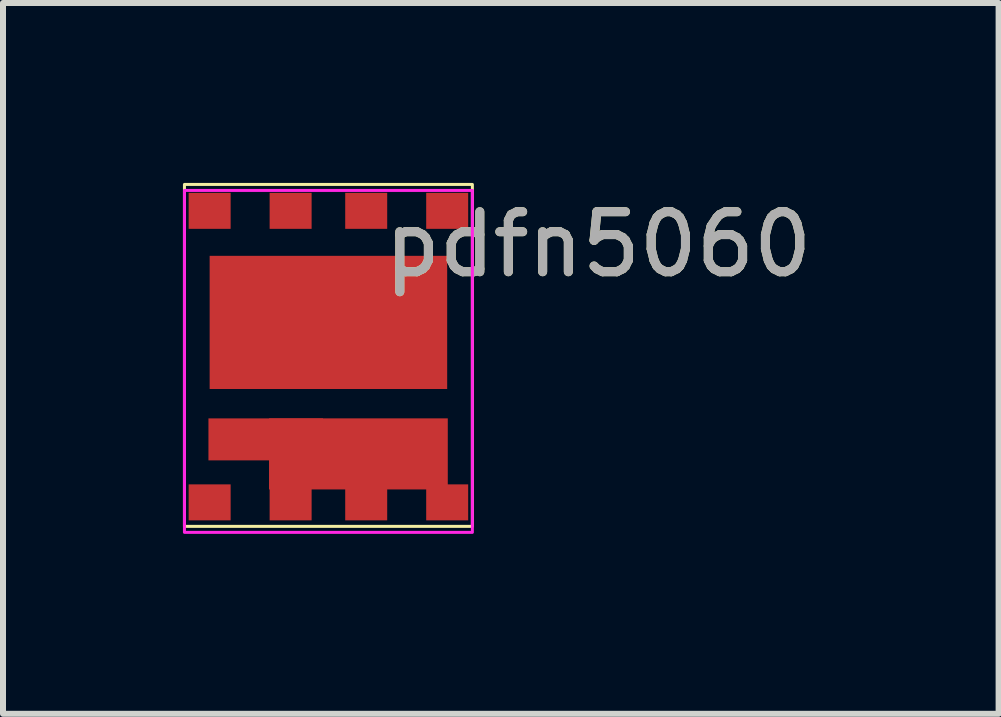
<source format=kicad_pcb>
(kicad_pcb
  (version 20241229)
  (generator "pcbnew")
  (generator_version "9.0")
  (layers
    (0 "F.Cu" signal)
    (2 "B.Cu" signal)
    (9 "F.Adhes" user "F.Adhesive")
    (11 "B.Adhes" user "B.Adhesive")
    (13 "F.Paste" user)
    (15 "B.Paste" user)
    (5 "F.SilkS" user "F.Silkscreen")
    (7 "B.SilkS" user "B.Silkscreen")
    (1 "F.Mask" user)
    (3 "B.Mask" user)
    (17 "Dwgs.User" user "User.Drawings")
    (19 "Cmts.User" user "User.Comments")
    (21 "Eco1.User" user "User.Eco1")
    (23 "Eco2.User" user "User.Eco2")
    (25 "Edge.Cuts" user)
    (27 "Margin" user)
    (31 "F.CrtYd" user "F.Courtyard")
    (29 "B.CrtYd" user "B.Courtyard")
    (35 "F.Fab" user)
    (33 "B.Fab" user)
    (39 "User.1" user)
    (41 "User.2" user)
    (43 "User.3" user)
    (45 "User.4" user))
  (footprint "pdfn5060"
    (layer "F.Cu")
    (at 2.425 2.325)
    (property "Reference" "pdfn5060" (at 4.5 -1.3 0) (unlocked yes) (layer "F.SilkS") (effects (font (size 1 1) (thickness 0.15))))
    (attr smd)
    (fp_rect (start -2.4 -2.3) (end 2.4 3.4) (stroke (width 0.05) (type solid)) (fill no) (layer "F.SilkS"))
    (fp_rect (start -2.4 -2.2) (end 2.4 3.5) (stroke (width 0.05) (type solid)) (fill no) (layer "F.CrtYd"))
    (fp_text user "${REFERENCE}" (at 4.5 -1.3 0) (unlocked yes) (layer "F.Fab") (effects (font (size 1 1) (thickness 0.15))))
    (pad "1" smd rect (at -1.98 3) (size 0.7 0.6) (layers "F.Cu" "F.Mask" "F.Paste"))
    (pad "2" smd rect (at -1.045 1.95) (size 1.91 0.7) (layers "F.Cu" "F.Mask" "F.Paste"))
    (pad "2" smd rect (at -0.63 3) (size 0.7 0.6) (layers "F.Cu" "F.Mask" "F.Paste"))
    (pad "2" smd rect (at 0.5 2.192) (size 2.98 1.185) (layers "F.Cu" "F.Mask" "F.Paste"))
    (pad "2" smd rect (at 0.63 3) (size 0.7 0.6) (layers "F.Cu" "F.Mask" "F.Paste"))
    (pad "2" smd rect (at 1.98 3) (size 0.7 0.6) (layers "F.Cu" "F.Mask" "F.Paste"))
    (pad "3" smd rect (at 0 0) (size 3.96 2.22) (layers "F.Cu" "F.Mask" "F.Paste"))
    (pad "4" smd rect (at -0.63 -1.86) (size 0.7 0.6) (layers "F.Cu" "F.Mask" "F.Paste"))
    (pad "4" smd rect (at 0.63 -1.86) (size 0.7 0.6) (layers "F.Cu" "F.Mask" "F.Paste"))
    (pad "4" smd rect (at 1.98 -1.86) (size 0.7 0.6) (layers "F.Cu" "F.Mask" "F.Paste"))
    (pad "5" smd rect (at -1.98 -1.86) (size 0.7 0.6) (layers "F.Cu" "F.Mask" "F.Paste")))
  (gr_rect
    (start -3 -3)
    (end 13.598 8.85)
    (stroke (width 0.1) (type default))
    (fill no)
    (layer "Edge.Cuts")))
</source>
